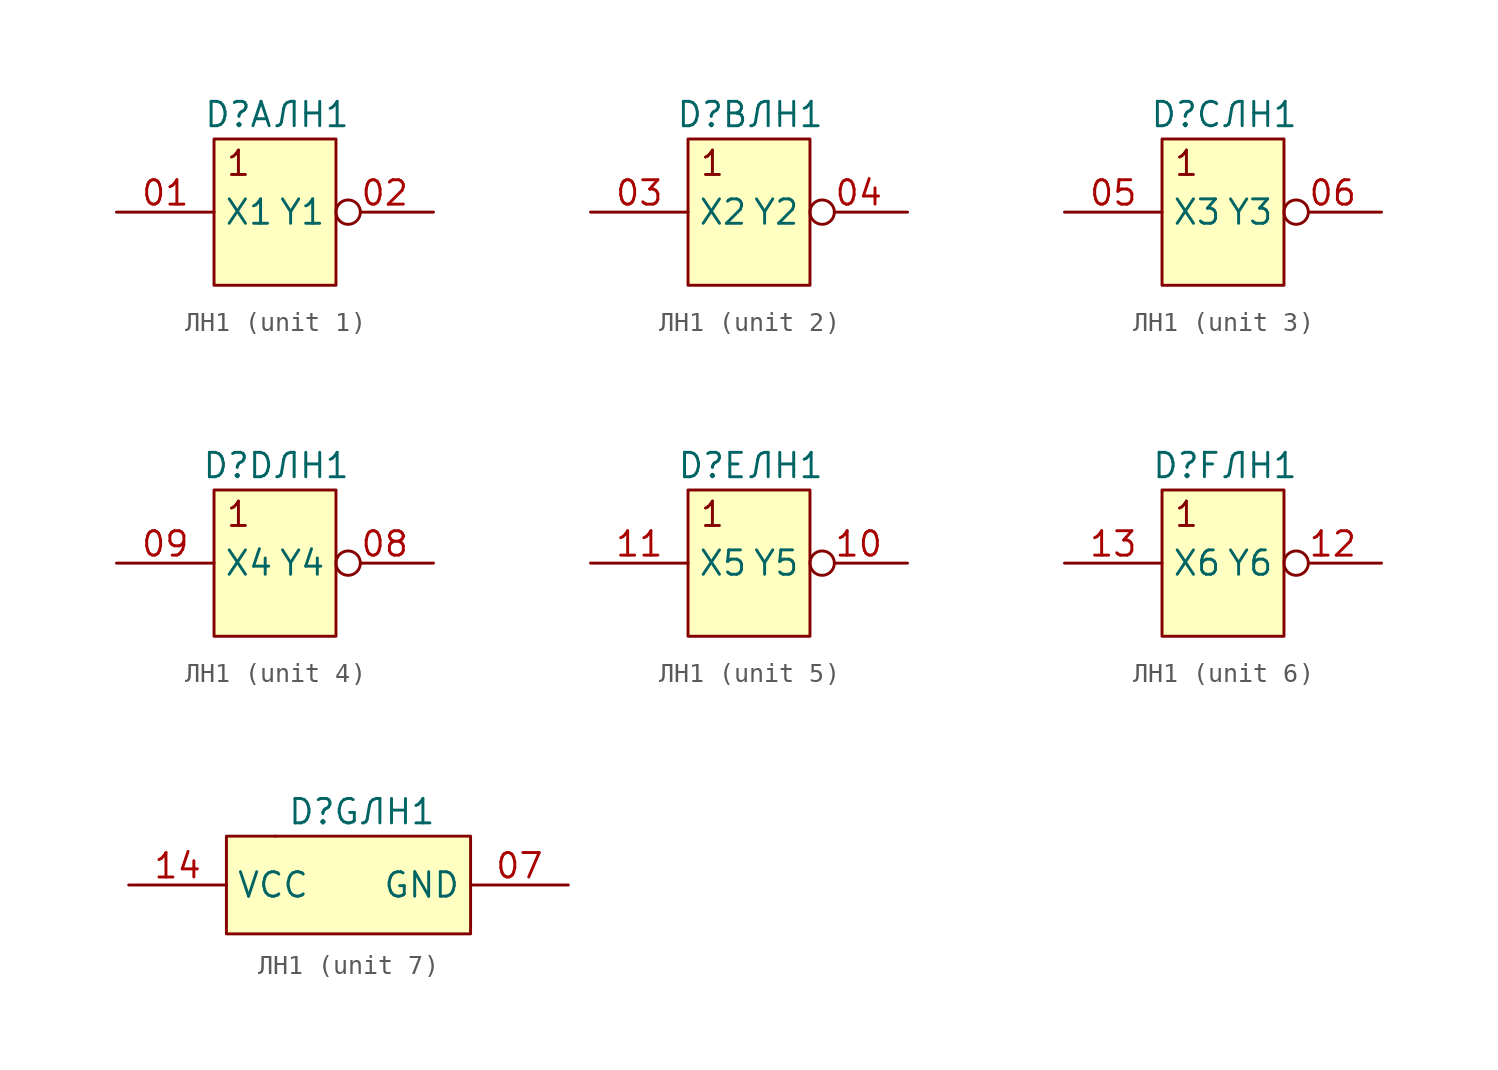
<source format=kicad_sym>
(kicad_symbol_lib
  (version 20231120)
  (generator "kicad_symbol_editor")
  (generator_version "8.0")
  (symbol "ЛН1"
    (property "Reference" "D"
      (at -1.27 -3.81 0)
      (effects (font (size 1.27 1.27))))
    (property "Value" "ЛН1"
      (at 2.54 -3.81 0)
      (effects (font (size 1.27 1.27))))
    (property "ki_locked" ""
      (at 0 0 0)
      (effects (font (size 1.27 1.27))))
    (symbol "ЛН1_1_0"
      (rectangle (start -2.54 -5.08) (end 3.81 -12.7) (stroke (width 0) (type default)) (fill (type background))))
    (symbol "ЛН1_1_1"
      (text "1" (at -1.27 -6.35 0) (effects (font (size 1.27 1.27))))
      (pin input line (at -7.62 -8.89 0) (length 5.08) (name "X1" (effects (font (size 1.27 1.27)))) (number "01" (effects (font (size 1.27 1.27)))))
      (pin output inverted (at 8.89 -8.89 180) (length 5.08) (name "Y1" (effects (font (size 1.27 1.27)))) (number "02" (effects (font (size 1.27 1.27))))))
    (symbol "ЛН1_2_0"
      (rectangle (start -2.54 -5.08) (end 3.81 -12.7) (stroke (width 0) (type default)) (fill (type background))))
    (symbol "ЛН1_2_1"
      (text "1" (at -1.27 -6.35 0) (effects (font (size 1.27 1.27))))
      (pin input line (at -7.62 -8.89 0) (length 5.08) (name "X2" (effects (font (size 1.27 1.27)))) (number "03" (effects (font (size 1.27 1.27)))))
      (pin output inverted (at 8.89 -8.89 180) (length 5.08) (name "Y2" (effects (font (size 1.27 1.27)))) (number "04" (effects (font (size 1.27 1.27))))))
    (symbol "ЛН1_3_0"
      (rectangle (start -2.54 -5.08) (end 3.81 -12.7) (stroke (width 0) (type default)) (fill (type background)))
      (text "1" (at -1.27 -6.35 0) (effects (font (size 1.27 1.27)))))
    (symbol "ЛН1_3_1"
      (pin input line (at -7.62 -8.89 0) (length 5.08) (name "X3" (effects (font (size 1.27 1.27)))) (number "05" (effects (font (size 1.27 1.27)))))
      (pin output inverted (at 8.89 -8.89 180) (length 5.08) (name "Y3" (effects (font (size 1.27 1.27)))) (number "06" (effects (font (size 1.27 1.27))))))
    (symbol "ЛН1_4_0"
      (rectangle (start -2.54 -5.08) (end 3.81 -12.7) (stroke (width 0) (type default)) (fill (type background))))
    (symbol "ЛН1_4_1"
      (text "1" (at -1.27 -6.35 0) (effects (font (size 1.27 1.27))))
      (pin output inverted (at 8.89 -8.89 180) (length 5.08) (name "Y4" (effects (font (size 1.27 1.27)))) (number "08" (effects (font (size 1.27 1.27)))))
      (pin input line (at -7.62 -8.89 0) (length 5.08) (name "X4" (effects (font (size 1.27 1.27)))) (number "09" (effects (font (size 1.27 1.27))))))
    (symbol "ЛН1_5_0"
      (rectangle (start -2.54 -5.08) (end 3.81 -12.7) (stroke (width 0) (type default)) (fill (type background))))
    (symbol "ЛН1_5_1"
      (text "1" (at -1.27 -6.35 0) (effects (font (size 1.27 1.27))))
      (pin output inverted (at 8.89 -8.89 180) (length 5.08) (name "Y5" (effects (font (size 1.27 1.27)))) (number "10" (effects (font (size 1.27 1.27)))))
      (pin input line (at -7.62 -8.89 0) (length 5.08) (name "X5" (effects (font (size 1.27 1.27)))) (number "11" (effects (font (size 1.27 1.27))))))
    (symbol "ЛН1_6_0"
      (rectangle (start -2.54 -5.08) (end 3.81 -12.7) (stroke (width 0) (type default)) (fill (type background))))
    (symbol "ЛН1_6_1"
      (text "1" (at -1.27 -6.35 0) (effects (font (size 1.27 1.27))))
      (pin output inverted (at 8.89 -8.89 180) (length 5.08) (name "Y6" (effects (font (size 1.27 1.27)))) (number "12" (effects (font (size 1.27 1.27)))))
      (pin input line (at -7.62 -8.89 0) (length 5.08) (name "X6" (effects (font (size 1.27 1.27)))) (number "13" (effects (font (size 1.27 1.27))))))
    (symbol "ЛН1_7_1"
      (rectangle (start -6.35 -5.08) (end 6.35 -10.16) (stroke (width 0) (type default)) (fill (type background)))
      (rectangle (start -3.81 -5.08) (end -3.81 -5.08) (stroke (width 0) (type default)) (fill (type none)))
      (pin power_in line (at 11.43 -7.62 180) (length 5.08) (name "GND" (effects (font (size 1.27 1.27)))) (number "07" (effects (font (size 1.27 1.27)))))
      (pin power_in line (at -11.43 -7.62 0) (length 5.08) (name "VCC" (effects (font (size 1.27 1.27)))) (number "14" (effects (font (size 1.27 1.27))))))))
</source>
